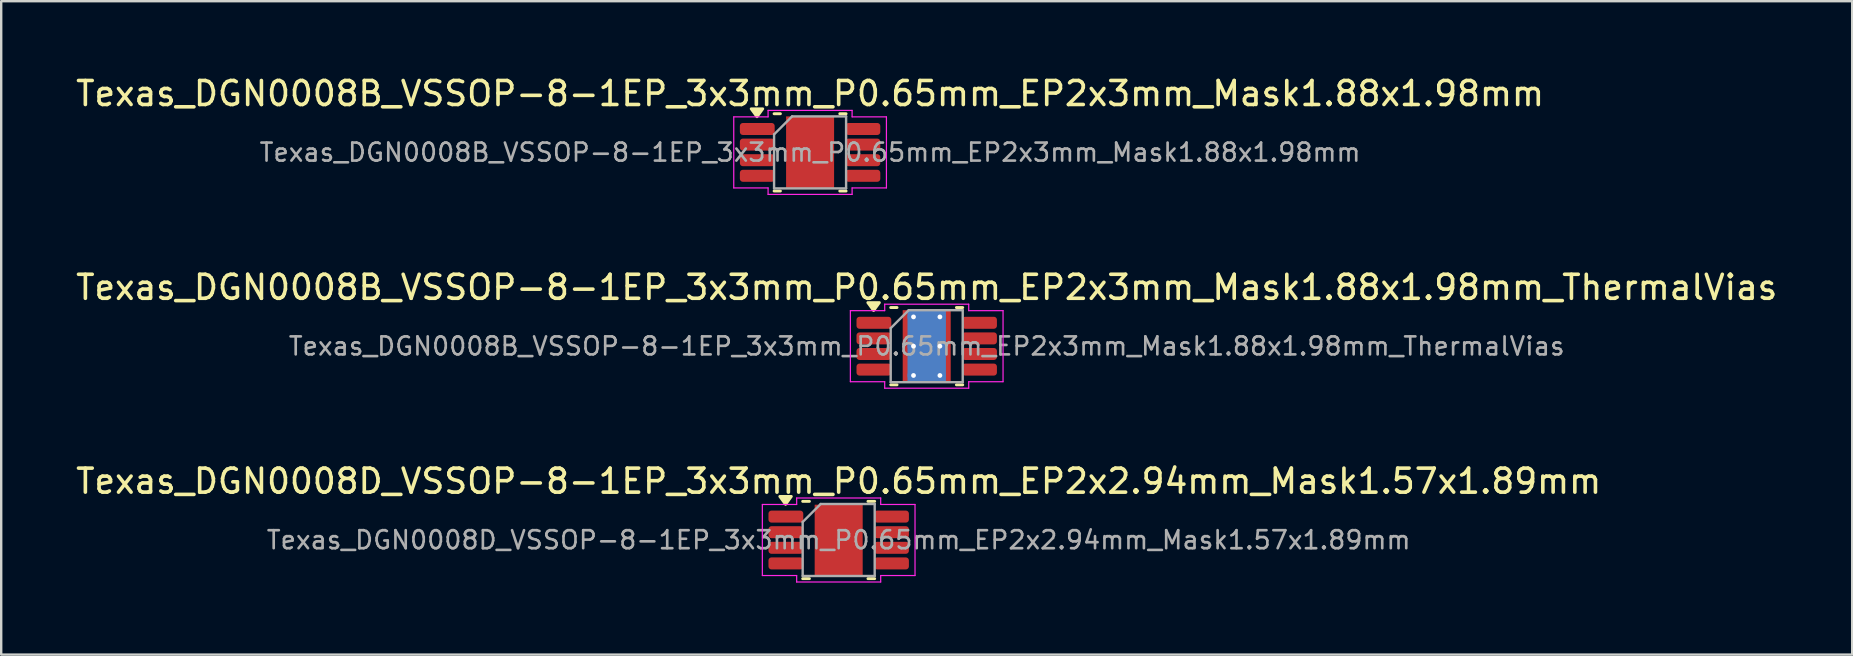
<source format=kicad_pcb>
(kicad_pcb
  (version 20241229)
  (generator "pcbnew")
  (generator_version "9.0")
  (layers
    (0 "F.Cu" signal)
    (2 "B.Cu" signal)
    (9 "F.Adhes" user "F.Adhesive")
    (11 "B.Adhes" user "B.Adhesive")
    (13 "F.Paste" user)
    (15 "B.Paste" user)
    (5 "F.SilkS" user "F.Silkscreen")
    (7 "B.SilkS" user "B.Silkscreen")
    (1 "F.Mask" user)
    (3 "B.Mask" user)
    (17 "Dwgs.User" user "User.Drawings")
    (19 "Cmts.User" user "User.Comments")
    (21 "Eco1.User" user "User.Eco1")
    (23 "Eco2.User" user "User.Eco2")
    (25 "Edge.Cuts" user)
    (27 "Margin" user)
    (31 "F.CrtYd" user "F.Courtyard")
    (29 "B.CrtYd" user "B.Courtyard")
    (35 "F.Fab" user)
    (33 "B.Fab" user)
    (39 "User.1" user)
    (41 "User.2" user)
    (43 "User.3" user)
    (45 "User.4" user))
  (footprint "Texas_DGN0008B_VSSOP-8-1EP_3x3mm_P0.65mm_EP2x3mm_Mask1.88x1.98mm_ThermalVias"
    (layer "F.Cu")
    (at 35.554 11.371)
    (property "Reference" "Texas_DGN0008B_VSSOP-8-1EP_3x3mm_P0.65mm_EP2x3mm_Mask1.88x1.98mm_ThermalVias" (at 0 -2.45 0) (layer "F.SilkS") (effects (font (size 1 1) (thickness 0.15))))
    (attr smd)
    (fp_line (start -1.236 -1.61) (end -1.5 -1.61) (stroke (width 0.12) (type solid)) (layer "F.SilkS"))
    (fp_line (start -1.236 1.61) (end -1.5 1.61) (stroke (width 0.12) (type solid)) (layer "F.SilkS"))
    (fp_line (start 1.236 -1.61) (end 1.5 -1.61) (stroke (width 0.12) (type solid)) (layer "F.SilkS"))
    (fp_line (start 1.236 1.61) (end 1.5 1.61) (stroke (width 0.12) (type solid)) (layer "F.SilkS"))
    (fp_poly (pts (xy -2.212 -1.485) (xy -2.453 -1.815) (xy -1.972 -1.815)) (stroke (width 0.12) (type solid)) (fill yes) (layer "F.SilkS"))
    (fp_line (start -3.18 -1.48) (end -1.75 -1.48) (stroke (width 0.05) (type solid)) (layer "F.CrtYd"))
    (fp_line (start -3.18 1.48) (end -3.18 -1.48) (stroke (width 0.05) (type solid)) (layer "F.CrtYd"))
    (fp_line (start -1.75 -1.75) (end 1.75 -1.75) (stroke (width 0.05) (type solid)) (layer "F.CrtYd"))
    (fp_line (start -1.75 -1.48) (end -1.75 -1.75) (stroke (width 0.05) (type solid)) (layer "F.CrtYd"))
    (fp_line (start -1.75 1.48) (end -3.18 1.48) (stroke (width 0.05) (type solid)) (layer "F.CrtYd"))
    (fp_line (start -1.75 1.75) (end -1.75 1.48) (stroke (width 0.05) (type solid)) (layer "F.CrtYd"))
    (fp_line (start 1.75 -1.75) (end 1.75 -1.48) (stroke (width 0.05) (type solid)) (layer "F.CrtYd"))
    (fp_line (start 1.75 -1.48) (end 3.18 -1.48) (stroke (width 0.05) (type solid)) (layer "F.CrtYd"))
    (fp_line (start 1.75 1.48) (end 1.75 1.75) (stroke (width 0.05) (type solid)) (layer "F.CrtYd"))
    (fp_line (start 1.75 1.75) (end -1.75 1.75) (stroke (width 0.05) (type solid)) (layer "F.CrtYd"))
    (fp_line (start 3.18 -1.48) (end 3.18 1.48) (stroke (width 0.05) (type solid)) (layer "F.CrtYd"))
    (fp_line (start 3.18 1.48) (end 1.75 1.48) (stroke (width 0.05) (type solid)) (layer "F.CrtYd"))
    (fp_line (start -1.5 -0.75) (end -0.75 -1.5) (stroke (width 0.1) (type solid)) (layer "F.Fab"))
    (fp_line (start -1.5 1.5) (end -1.5 -0.75) (stroke (width 0.1) (type solid)) (layer "F.Fab"))
    (fp_line (start -0.75 -1.5) (end 1.5 -1.5) (stroke (width 0.1) (type solid)) (layer "F.Fab"))
    (fp_line (start 1.5 -1.5) (end 1.5 1.5) (stroke (width 0.1) (type solid)) (layer "F.Fab"))
    (fp_line (start 1.5 1.5) (end -1.5 1.5) (stroke (width 0.1) (type solid)) (layer "F.Fab"))
    (fp_text user "${REFERENCE}" (at 0 0 0) (layer "F.Fab") (effects (font (size 0.75 0.75) (thickness 0.11))))
    (pad "" smd roundrect (at -0.47 -0.495) (size 0.81 0.86) (layers "F.Paste") (roundrect_rratio 0.25))
    (pad "" smd roundrect (at -0.47 0.495) (size 0.81 0.86) (layers "F.Paste") (roundrect_rratio 0.25))
    (pad "" smd rect (at 0 0) (size 1.88 1.98) (layers "F.Mask"))
    (pad "" smd roundrect (at 0.47 -0.495) (size 0.81 0.86) (layers "F.Paste") (roundrect_rratio 0.25))
    (pad "" smd roundrect (at 0.47 0.495) (size 0.81 0.86) (layers "F.Paste") (roundrect_rratio 0.25))
    (pad "1" smd roundrect (at -2.2 -0.975) (size 1.45 0.5) (layers "F.Cu" "F.Mask" "F.Paste") (roundrect_rratio 0.25))
    (pad "2" smd roundrect (at -2.2 -0.325) (size 1.45 0.5) (layers "F.Cu" "F.Mask" "F.Paste") (roundrect_rratio 0.25))
    (pad "3" smd roundrect (at -2.2 0.325) (size 1.45 0.5) (layers "F.Cu" "F.Mask" "F.Paste") (roundrect_rratio 0.25))
    (pad "4" smd roundrect (at -2.2 0.975) (size 1.45 0.5) (layers "F.Cu" "F.Mask" "F.Paste") (roundrect_rratio 0.25))
    (pad "5" smd roundrect (at 2.2 0.975) (size 1.45 0.5) (layers "F.Cu" "F.Mask" "F.Paste") (roundrect_rratio 0.25))
    (pad "6" smd roundrect (at 2.2 0.325) (size 1.45 0.5) (layers "F.Cu" "F.Mask" "F.Paste") (roundrect_rratio 0.25))
    (pad "7" smd roundrect (at 2.2 -0.325) (size 1.45 0.5) (layers "F.Cu" "F.Mask" "F.Paste") (roundrect_rratio 0.25))
    (pad "8" smd roundrect (at 2.2 -0.975) (size 1.45 0.5) (layers "F.Cu" "F.Mask" "F.Paste") (roundrect_rratio 0.25))
    (pad "9" thru_hole circle (at -0.55 -1.22) (size 0.5 0.5) (drill 0.2) (property pad_prop_heatsink) (layers "*.Cu"))
    (pad "9" thru_hole circle (at -0.55 0) (size 0.5 0.5) (drill 0.2) (property pad_prop_heatsink) (layers "*.Cu"))
    (pad "9" thru_hole circle (at -0.55 1.22) (size 0.5 0.5) (drill 0.2) (property pad_prop_heatsink) (layers "*.Cu"))
    (pad "9" smd rect (at 0 0) (size 1.6 2.94) (property pad_prop_heatsink) (layers "B.Cu"))
    (pad "9" smd rect (at 0 0) (size 2 3) (property pad_prop_heatsink) (layers "F.Cu"))
    (pad "9" thru_hole circle (at 0.55 -1.22) (size 0.5 0.5) (drill 0.2) (property pad_prop_heatsink) (layers "*.Cu"))
    (pad "9" thru_hole circle (at 0.55 0) (size 0.5 0.5) (drill 0.2) (property pad_prop_heatsink) (layers "*.Cu"))
    (pad "9" thru_hole circle (at 0.55 1.22) (size 0.5 0.5) (drill 0.2) (property pad_prop_heatsink) (layers "*.Cu")))
  (footprint "Texas_DGN0008B_VSSOP-8-1EP_3x3mm_P0.65mm_EP2x3mm_Mask1.88x1.98mm"
    (layer "F.Cu")
    (at 30.696 3.298)
    (property "Reference" "Texas_DGN0008B_VSSOP-8-1EP_3x3mm_P0.65mm_EP2x3mm_Mask1.88x1.98mm" (at 0 -2.45 0) (layer "F.SilkS") (effects (font (size 1 1) (thickness 0.15))))
    (attr smd)
    (fp_line (start -1.236 -1.61) (end -1.5 -1.61) (stroke (width 0.12) (type solid)) (layer "F.SilkS"))
    (fp_line (start -1.236 1.61) (end -1.5 1.61) (stroke (width 0.12) (type solid)) (layer "F.SilkS"))
    (fp_line (start 1.236 -1.61) (end 1.5 -1.61) (stroke (width 0.12) (type solid)) (layer "F.SilkS"))
    (fp_line (start 1.236 1.61) (end 1.5 1.61) (stroke (width 0.12) (type solid)) (layer "F.SilkS"))
    (fp_poly (pts (xy -2.212 -1.485) (xy -2.453 -1.815) (xy -1.972 -1.815)) (stroke (width 0.12) (type solid)) (fill yes) (layer "F.SilkS"))
    (fp_line (start -3.18 -1.48) (end -1.75 -1.48) (stroke (width 0.05) (type solid)) (layer "F.CrtYd"))
    (fp_line (start -3.18 1.48) (end -3.18 -1.48) (stroke (width 0.05) (type solid)) (layer "F.CrtYd"))
    (fp_line (start -1.75 -1.75) (end 1.75 -1.75) (stroke (width 0.05) (type solid)) (layer "F.CrtYd"))
    (fp_line (start -1.75 -1.48) (end -1.75 -1.75) (stroke (width 0.05) (type solid)) (layer "F.CrtYd"))
    (fp_line (start -1.75 1.48) (end -3.18 1.48) (stroke (width 0.05) (type solid)) (layer "F.CrtYd"))
    (fp_line (start -1.75 1.75) (end -1.75 1.48) (stroke (width 0.05) (type solid)) (layer "F.CrtYd"))
    (fp_line (start 1.75 -1.75) (end 1.75 -1.48) (stroke (width 0.05) (type solid)) (layer "F.CrtYd"))
    (fp_line (start 1.75 -1.48) (end 3.18 -1.48) (stroke (width 0.05) (type solid)) (layer "F.CrtYd"))
    (fp_line (start 1.75 1.48) (end 1.75 1.75) (stroke (width 0.05) (type solid)) (layer "F.CrtYd"))
    (fp_line (start 1.75 1.75) (end -1.75 1.75) (stroke (width 0.05) (type solid)) (layer "F.CrtYd"))
    (fp_line (start 3.18 -1.48) (end 3.18 1.48) (stroke (width 0.05) (type solid)) (layer "F.CrtYd"))
    (fp_line (start 3.18 1.48) (end 1.75 1.48) (stroke (width 0.05) (type solid)) (layer "F.CrtYd"))
    (fp_line (start -1.5 -0.75) (end -0.75 -1.5) (stroke (width 0.1) (type solid)) (layer "F.Fab"))
    (fp_line (start -1.5 1.5) (end -1.5 -0.75) (stroke (width 0.1) (type solid)) (layer "F.Fab"))
    (fp_line (start -0.75 -1.5) (end 1.5 -1.5) (stroke (width 0.1) (type solid)) (layer "F.Fab"))
    (fp_line (start 1.5 -1.5) (end 1.5 1.5) (stroke (width 0.1) (type solid)) (layer "F.Fab"))
    (fp_line (start 1.5 1.5) (end -1.5 1.5) (stroke (width 0.1) (type solid)) (layer "F.Fab"))
    (fp_text user "${REFERENCE}" (at 0 0 0) (layer "F.Fab") (effects (font (size 0.75 0.75) (thickness 0.11))))
    (pad "" smd roundrect (at 0 0) (size 1.52 1.6) (layers "F.Paste") (roundrect_rratio 0.164))
    (pad "" smd rect (at 0 0) (size 1.88 1.98) (layers "F.Mask"))
    (pad "1" smd roundrect (at -2.2 -0.975) (size 1.45 0.5) (layers "F.Cu" "F.Mask" "F.Paste") (roundrect_rratio 0.25))
    (pad "2" smd roundrect (at -2.2 -0.325) (size 1.45 0.5) (layers "F.Cu" "F.Mask" "F.Paste") (roundrect_rratio 0.25))
    (pad "3" smd roundrect (at -2.2 0.325) (size 1.45 0.5) (layers "F.Cu" "F.Mask" "F.Paste") (roundrect_rratio 0.25))
    (pad "4" smd roundrect (at -2.2 0.975) (size 1.45 0.5) (layers "F.Cu" "F.Mask" "F.Paste") (roundrect_rratio 0.25))
    (pad "5" smd roundrect (at 2.2 0.975) (size 1.45 0.5) (layers "F.Cu" "F.Mask" "F.Paste") (roundrect_rratio 0.25))
    (pad "6" smd roundrect (at 2.2 0.325) (size 1.45 0.5) (layers "F.Cu" "F.Mask" "F.Paste") (roundrect_rratio 0.25))
    (pad "7" smd roundrect (at 2.2 -0.325) (size 1.45 0.5) (layers "F.Cu" "F.Mask" "F.Paste") (roundrect_rratio 0.25))
    (pad "8" smd roundrect (at 2.2 -0.975) (size 1.45 0.5) (layers "F.Cu" "F.Mask" "F.Paste") (roundrect_rratio 0.25))
    (pad "9" smd rect (at 0 0) (size 2 3) (property pad_prop_heatsink) (layers "F.Cu")))
  (footprint "Texas_DGN0008D_VSSOP-8-1EP_3x3mm_P0.65mm_EP2x2.94mm_Mask1.57x1.89mm"
    (layer "F.Cu")
    (at 31.887 19.445)
    (property "Reference" "Texas_DGN0008D_VSSOP-8-1EP_3x3mm_P0.65mm_EP2x2.94mm_Mask1.57x1.89mm" (at 0 -2.45 0) (layer "F.SilkS") (effects (font (size 1 1) (thickness 0.15))))
    (attr smd)
    (fp_line (start -1.219 -1.61) (end -1.5 -1.61) (stroke (width 0.12) (type solid)) (layer "F.SilkS"))
    (fp_line (start -1.219 1.61) (end -1.5 1.61) (stroke (width 0.12) (type solid)) (layer "F.SilkS"))
    (fp_line (start 1.219 -1.61) (end 1.5 -1.61) (stroke (width 0.12) (type solid)) (layer "F.SilkS"))
    (fp_line (start 1.219 1.61) (end 1.5 1.61) (stroke (width 0.12) (type solid)) (layer "F.SilkS"))
    (fp_poly (pts (xy -2.212 -1.485) (xy -2.453 -1.815) (xy -1.972 -1.815)) (stroke (width 0.12) (type solid)) (fill yes) (layer "F.SilkS"))
    (fp_line (start -3.18 -1.48) (end -1.75 -1.48) (stroke (width 0.05) (type solid)) (layer "F.CrtYd"))
    (fp_line (start -3.18 1.48) (end -3.18 -1.48) (stroke (width 0.05) (type solid)) (layer "F.CrtYd"))
    (fp_line (start -1.75 -1.75) (end 1.75 -1.75) (stroke (width 0.05) (type solid)) (layer "F.CrtYd"))
    (fp_line (start -1.75 -1.48) (end -1.75 -1.75) (stroke (width 0.05) (type solid)) (layer "F.CrtYd"))
    (fp_line (start -1.75 1.48) (end -3.18 1.48) (stroke (width 0.05) (type solid)) (layer "F.CrtYd"))
    (fp_line (start -1.75 1.75) (end -1.75 1.48) (stroke (width 0.05) (type solid)) (layer "F.CrtYd"))
    (fp_line (start 1.75 -1.75) (end 1.75 -1.48) (stroke (width 0.05) (type solid)) (layer "F.CrtYd"))
    (fp_line (start 1.75 -1.48) (end 3.18 -1.48) (stroke (width 0.05) (type solid)) (layer "F.CrtYd"))
    (fp_line (start 1.75 1.48) (end 1.75 1.75) (stroke (width 0.05) (type solid)) (layer "F.CrtYd"))
    (fp_line (start 1.75 1.75) (end -1.75 1.75) (stroke (width 0.05) (type solid)) (layer "F.CrtYd"))
    (fp_line (start 3.18 -1.48) (end 3.18 1.48) (stroke (width 0.05) (type solid)) (layer "F.CrtYd"))
    (fp_line (start 3.18 1.48) (end 1.75 1.48) (stroke (width 0.05) (type solid)) (layer "F.CrtYd"))
    (fp_line (start -1.5 -0.75) (end -0.75 -1.5) (stroke (width 0.1) (type solid)) (layer "F.Fab"))
    (fp_line (start -1.5 1.5) (end -1.5 -0.75) (stroke (width 0.1) (type solid)) (layer "F.Fab"))
    (fp_line (start -0.75 -1.5) (end 1.5 -1.5) (stroke (width 0.1) (type solid)) (layer "F.Fab"))
    (fp_line (start 1.5 -1.5) (end 1.5 1.5) (stroke (width 0.1) (type solid)) (layer "F.Fab"))
    (fp_line (start 1.5 1.5) (end -1.5 1.5) (stroke (width 0.1) (type solid)) (layer "F.Fab"))
    (fp_text user "${REFERENCE}" (at 0 0 0) (layer "F.Fab") (effects (font (size 0.75 0.75) (thickness 0.11))))
    (pad "" smd roundrect (at 0 0) (size 1.27 1.52) (layers "F.Paste") (roundrect_rratio 0.197))
    (pad "" smd rect (at 0 0) (size 1.57 1.89) (layers "F.Mask"))
    (pad "1" smd roundrect (at -2.2 -0.975) (size 1.45 0.5) (layers "F.Cu" "F.Mask" "F.Paste") (roundrect_rratio 0.25))
    (pad "2" smd roundrect (at -2.2 -0.325) (size 1.45 0.5) (layers "F.Cu" "F.Mask" "F.Paste") (roundrect_rratio 0.25))
    (pad "3" smd roundrect (at -2.2 0.325) (size 1.45 0.5) (layers "F.Cu" "F.Mask" "F.Paste") (roundrect_rratio 0.25))
    (pad "4" smd roundrect (at -2.2 0.975) (size 1.45 0.5) (layers "F.Cu" "F.Mask" "F.Paste") (roundrect_rratio 0.25))
    (pad "5" smd roundrect (at 2.2 0.975) (size 1.45 0.5) (layers "F.Cu" "F.Mask" "F.Paste") (roundrect_rratio 0.25))
    (pad "6" smd roundrect (at 2.2 0.325) (size 1.45 0.5) (layers "F.Cu" "F.Mask" "F.Paste") (roundrect_rratio 0.25))
    (pad "7" smd roundrect (at 2.2 -0.325) (size 1.45 0.5) (layers "F.Cu" "F.Mask" "F.Paste") (roundrect_rratio 0.25))
    (pad "8" smd roundrect (at 2.2 -0.975) (size 1.45 0.5) (layers "F.Cu" "F.Mask" "F.Paste") (roundrect_rratio 0.25))
    (pad "9" smd rect (at 0 0) (size 2 2.94) (property pad_prop_heatsink) (layers "F.Cu")))
  (gr_rect
    (start -3 -3)
    (end 74.107 24.22)
    (stroke (width 0.1) (type default))
    (fill no)
    (layer "Edge.Cuts")))
</source>
